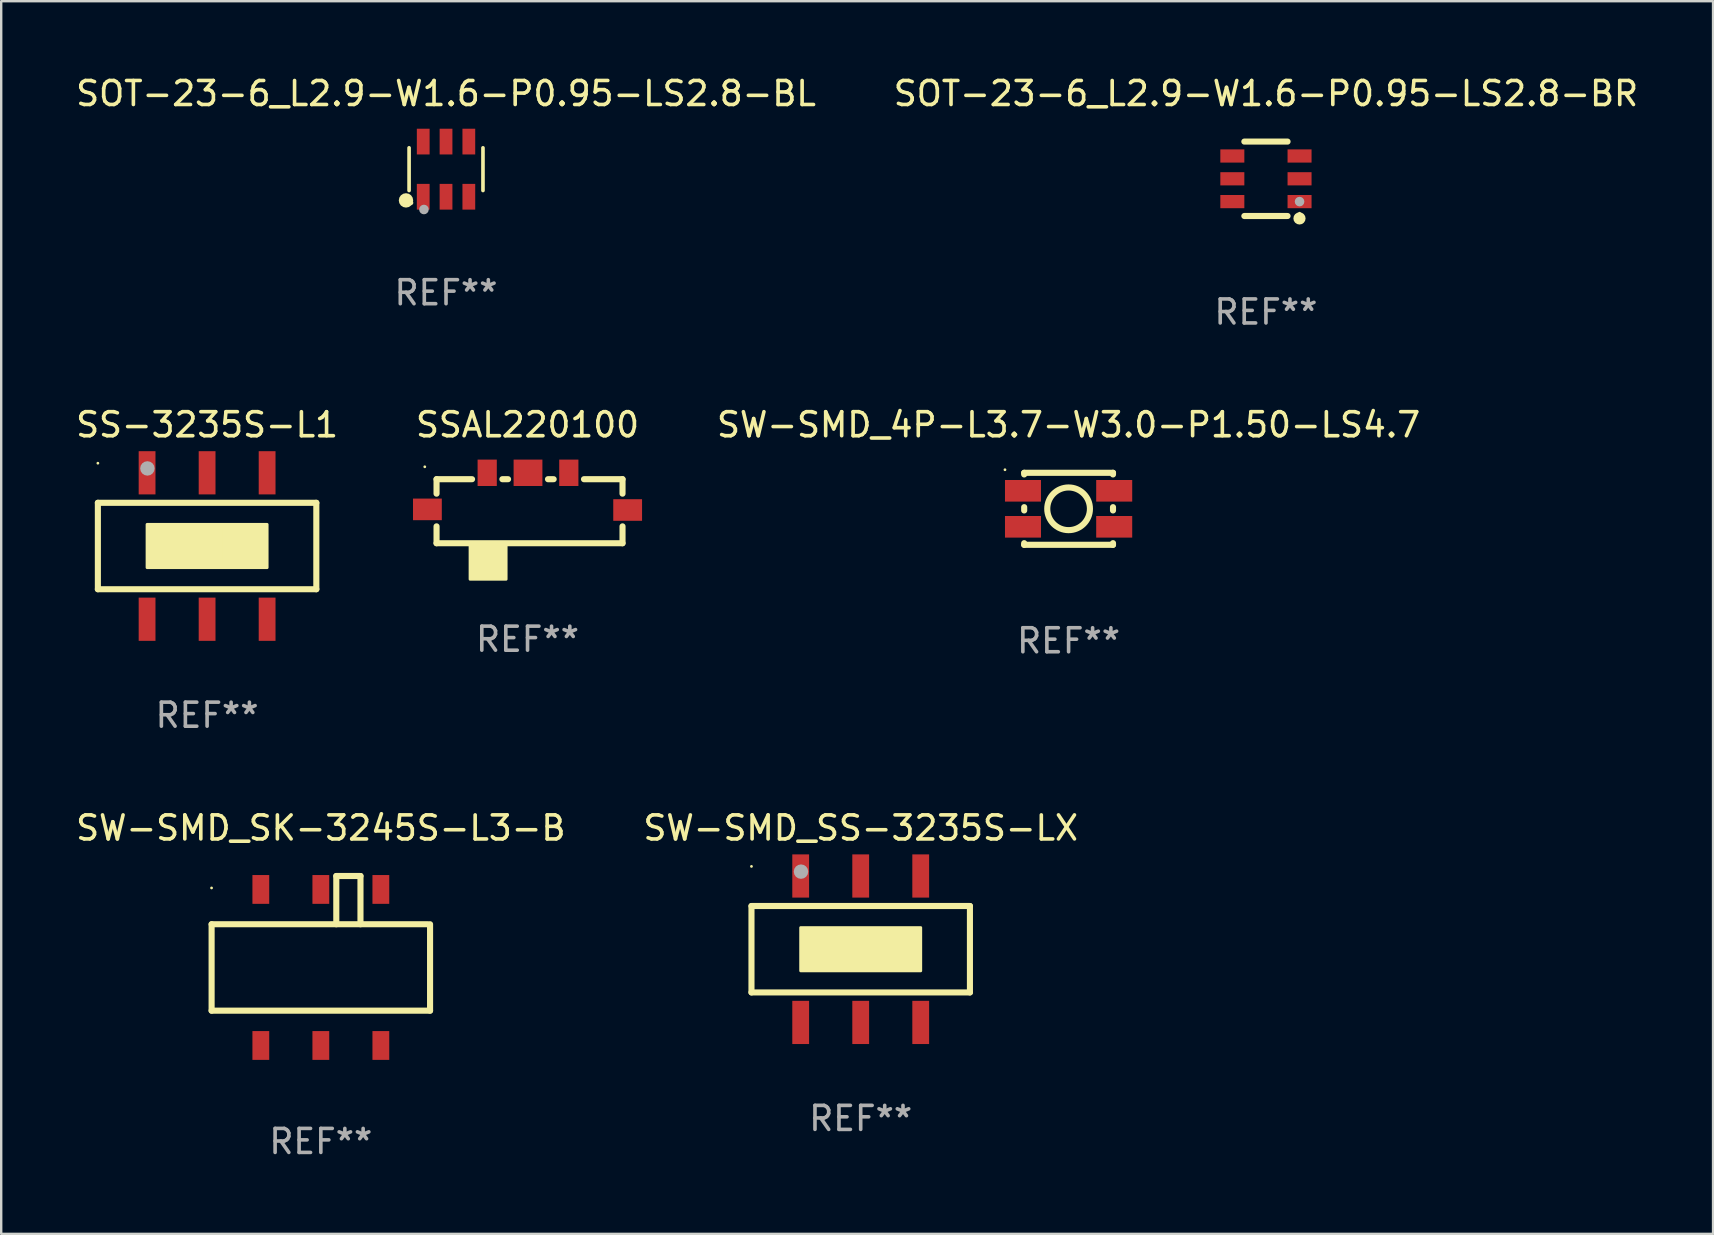
<source format=kicad_pcb>
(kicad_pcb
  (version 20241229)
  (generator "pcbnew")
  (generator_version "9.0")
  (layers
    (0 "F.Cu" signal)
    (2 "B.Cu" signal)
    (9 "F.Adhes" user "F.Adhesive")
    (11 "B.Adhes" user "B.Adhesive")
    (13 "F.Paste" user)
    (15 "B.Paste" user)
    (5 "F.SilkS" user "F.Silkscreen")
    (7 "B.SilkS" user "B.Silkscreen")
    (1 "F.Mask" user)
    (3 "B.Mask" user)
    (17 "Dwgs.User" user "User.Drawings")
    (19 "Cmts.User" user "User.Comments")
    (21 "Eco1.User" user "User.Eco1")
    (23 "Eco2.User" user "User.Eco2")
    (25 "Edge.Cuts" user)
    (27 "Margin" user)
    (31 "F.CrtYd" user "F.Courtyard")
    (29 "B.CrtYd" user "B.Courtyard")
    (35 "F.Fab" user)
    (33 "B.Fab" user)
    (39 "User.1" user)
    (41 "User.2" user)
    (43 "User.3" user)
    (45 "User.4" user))
  (footprint "SOT-23-6_L2.9-W1.6-P0.95-LS2.8-BL"
    (layer "F.Cu")
    (at 15.53 3.997)
    (property "Reference" "SOT-23-6_L2.9-W1.6-P0.95-LS2.8-BL" (at 0 -3.149 0) (layer "F.SilkS") (effects (font (size 1 1) (thickness 0.15))))
    (attr through_hole)
    (fp_line (start -1.539 0.889) (end -1.539 -0.889) (stroke (width 0.152) (type solid)) (layer "F.SilkS"))
    (fp_line (start 1.539 0.889) (end 1.539 -0.889) (stroke (width 0.152) (type solid)) (layer "F.SilkS"))
    (fp_circle (center -1.668 1.301) (end -1.518 1.301) (stroke (width 0.3) (type solid)) (fill no) (layer "F.SilkS"))
    (fp_circle (center -1.463 1.4) (end -1.413 1.4) (stroke (width 0.1) (type solid)) (fill no) (layer "F.SilkS"))
    (fp_circle (center -0.92 1.68) (end -0.82 1.68) (stroke (width 0.2) (type solid)) (fill no) (layer "F.Fab"))
    (fp_text user "REF**" (at 0 5.149 0) (layer "F.Fab") (effects (font (size 1 1) (thickness 0.15))))
    (pad "1" smd rect (at -0.95 1.149) (size 0.532 1.072) (layers "F.Cu" "F.Mask" "F.Paste"))
    (pad "2" smd rect (at 0 1.149) (size 0.532 1.072) (layers "F.Cu" "F.Mask" "F.Paste"))
    (pad "3" smd rect (at 0.95 1.149) (size 0.532 1.072) (layers "F.Cu" "F.Mask" "F.Paste"))
    (pad "4" smd rect (at 0.95 -1.149) (size 0.532 1.072) (layers "F.Cu" "F.Mask" "F.Paste"))
    (pad "5" smd rect (at 0 -1.149) (size 0.532 1.072) (layers "F.Cu" "F.Mask" "F.Paste"))
    (pad "6" smd rect (at -0.95 -1.149) (size 0.532 1.072) (layers "F.Cu" "F.Mask" "F.Paste")))
  (footprint "SW-SMD_4P-L3.7-W3.0-P1.50-LS4.7"
    (layer "F.Cu")
    (at 41.464 18.145)
    (property "Reference" "SW-SMD_4P-L3.7-W3.0-P1.50-LS4.7" (at 0 -3.5 0) (layer "F.SilkS") (effects (font (size 1 1) (thickness 0.15))))
    (attr through_hole)
    (fp_line (start -1.85 -1.5) (end -1.85 -1.431) (stroke (width 0.254) (type solid)) (layer "F.SilkS"))
    (fp_line (start -1.85 -1.5) (end 1.85 -1.5) (stroke (width 0.254) (type solid)) (layer "F.SilkS"))
    (fp_line (start -1.85 -0.069) (end -1.85 0.069) (stroke (width 0.254) (type solid)) (layer "F.SilkS"))
    (fp_line (start -1.85 1.431) (end -1.85 1.5) (stroke (width 0.254) (type solid)) (layer "F.SilkS"))
    (fp_line (start -1.85 1.5) (end 1.85 1.5) (stroke (width 0.254) (type solid)) (layer "F.SilkS"))
    (fp_line (start 1.85 -1.5) (end 1.85 -1.431) (stroke (width 0.254) (type solid)) (layer "F.SilkS"))
    (fp_line (start 1.85 -0.069) (end 1.85 0.069) (stroke (width 0.254) (type solid)) (layer "F.SilkS"))
    (fp_line (start 1.85 1.431) (end 1.85 1.5) (stroke (width 0.254) (type solid)) (layer "F.SilkS"))
    (fp_circle (center -2.65 -1.627) (end -2.62 -1.627) (stroke (width 0.06) (type solid)) (fill no) (layer "F.SilkS"))
    (fp_circle (center 0 0) (end 0.889 0) (stroke (width 0.254) (type solid)) (fill no) (layer "F.SilkS"))
    (fp_text user "REF**" (at 0 5.5 0) (layer "F.Fab") (effects (font (size 1 1) (thickness 0.15))))
    (pad "1" smd rect (at -1.9 -0.75) (size 1.5 0.9) (layers "F.Cu" "F.Mask" "F.Paste"))
    (pad "1" smd rect (at 1.9 -0.75) (size 1.5 0.9) (layers "F.Cu" "F.Mask" "F.Paste"))
    (pad "2" smd rect (at -1.9 0.75) (size 1.5 0.9) (layers "F.Cu" "F.Mask" "F.Paste"))
    (pad "2" smd rect (at 1.9 0.75) (size 1.5 0.9) (layers "F.Cu" "F.Mask" "F.Paste")))
  (footprint "SW-SMD_SS-3235S-LX"
    (layer "F.Cu")
    (at 32.804 36.491)
    (property "Reference" "SW-SMD_SS-3235S-LX" (at 0 -5.05 0) (layer "F.SilkS") (effects (font (size 1 1) (thickness 0.15))))
    (attr through_hole)
    (fp_line (start -4.55 -1.8) (end -4.55 1.8) (stroke (width 0.254) (type solid)) (layer "F.SilkS"))
    (fp_line (start -4.55 -1.8) (end 4.55 -1.8) (stroke (width 0.254) (type solid)) (layer "F.SilkS"))
    (fp_line (start -4.55 1.8) (end 4.55 1.8) (stroke (width 0.254) (type solid)) (layer "F.SilkS"))
    (fp_line (start 4.55 -1.8) (end 4.55 1.8) (stroke (width 0.254) (type solid)) (layer "F.SilkS"))
    (fp_circle (center -4.55 -3.45) (end -4.52 -3.45) (stroke (width 0.06) (type solid)) (fill no) (layer "F.SilkS"))
    (fp_poly (pts (xy -2.5 -0.9) (xy 2.5 -0.9) (xy 2.5 0.9) (xy -2.5 0.9)) (stroke (width 0.12) (type solid)) (fill yes) (layer "F.SilkS"))
    (fp_poly (pts (xy 0.7 -0.8) (xy 2.1 -0.8) (xy 2.1 0.7) (xy 0.7 0.7)) (stroke (width 0.12) (type solid)) (fill yes) (layer "F.SilkS"))
    (fp_circle (center -2.487 -3.232) (end -2.336 -3.232) (stroke (width 0.3) (type solid)) (fill no) (layer "F.Fab"))
    (fp_text user "REF**" (at 0 7.05 0) (layer "F.Fab") (effects (font (size 1 1) (thickness 0.15))))
    (pad "1" smd rect (at -2.5 -3.05) (size 0.7 1.8) (layers "F.Cu" "F.Mask" "F.Paste"))
    (pad "2" smd rect (at 0.000076 -3.05) (size 0.7 1.8) (layers "F.Cu" "F.Mask" "F.Paste"))
    (pad "3" smd rect (at 2.5 -3.05) (size 0.7 1.8) (layers "F.Cu" "F.Mask" "F.Paste"))
    (pad "4" smd rect (at -2.5 3.05) (size 0.7 1.8) (layers "F.Cu" "F.Mask" "F.Paste"))
    (pad "5" smd rect (at 0.000076 3.05) (size 0.7 1.8) (layers "F.Cu" "F.Mask" "F.Paste"))
    (pad "6" smd rect (at 2.5 3.05) (size 0.7 1.8) (layers "F.Cu" "F.Mask" "F.Paste")))
  (footprint "SW-SMD_SK-3245S-L3-B"
    (layer "F.Cu")
    (at 10.315 36.971)
    (property "Reference" "SW-SMD_SK-3245S-L3-B" (at 0 -5.53 0) (layer "F.SilkS") (effects (font (size 1 1) (thickness 0.15))))
    (attr through_hole)
    (fp_line (start -4.55 -1.52) (end -4.55 2.08) (stroke (width 0.254) (type solid)) (layer "F.SilkS"))
    (fp_line (start -4.55 -1.52) (end 4.445 -1.52) (stroke (width 0.254) (type solid)) (layer "F.SilkS"))
    (fp_line (start -4.55 2.08) (end 4.55 2.08) (stroke (width 0.254) (type solid)) (layer "F.SilkS"))
    (fp_line (start 0.644 -3.53) (end 1.651 -3.53) (stroke (width 0.254) (type solid)) (layer "F.SilkS"))
    (fp_line (start 0.644 -1.52) (end 0.644 -3.53) (stroke (width 0.254) (type solid)) (layer "F.SilkS"))
    (fp_line (start 1.651 -3.53) (end 1.651 -1.52) (stroke (width 0.254) (type solid)) (layer "F.SilkS"))
    (fp_line (start 4.55 -1.52) (end 4.55 2.08) (stroke (width 0.254) (type solid)) (layer "F.SilkS"))
    (fp_circle (center -4.552 -3.032) (end -4.522 -3.032) (stroke (width 0.06) (type solid)) (fill no) (layer "F.SilkS"))
    (fp_text user "REF**" (at 0 7.53 0) (layer "F.Fab") (effects (font (size 1 1) (thickness 0.15))))
    (pad "1" smd rect (at -2.5 -2.97 180) (size 0.7 1.2) (layers "F.Cu" "F.Mask" "F.Paste"))
    (pad "2" smd rect (at 0 -2.97 180) (size 0.7 1.2) (layers "F.Cu" "F.Mask" "F.Paste"))
    (pad "3" smd rect (at 2.5 -2.97 180) (size 0.7 1.2) (layers "F.Cu" "F.Mask" "F.Paste"))
    (pad "4" smd rect (at -2.5 3.53 180) (size 0.7 1.2) (layers "F.Cu" "F.Mask" "F.Paste"))
    (pad "5" smd rect (at 0 3.53 180) (size 0.7 1.2) (layers "F.Cu" "F.Mask" "F.Paste"))
    (pad "6" smd rect (at 2.5 3.53 180) (size 0.7 1.2) (layers "F.Cu" "F.Mask" "F.Paste")))
  (footprint "SOT-23-6_L2.9-W1.6-P0.95-LS2.8-BR"
    (layer "F.Cu")
    (at 49.685 4.398)
    (property "Reference" "SOT-23-6_L2.9-W1.6-P0.95-LS2.8-BR" (at 0 -3.55 0) (layer "F.SilkS") (effects (font (size 1 1) (thickness 0.15))))
    (attr through_hole)
    (fp_line (start -0.9 -1.55) (end 0.9 -1.55) (stroke (width 0.254) (type solid)) (layer "F.SilkS"))
    (fp_line (start -0.9 1.55) (end 0.9 1.55) (stroke (width 0.254) (type solid)) (layer "F.SilkS"))
    (fp_circle (center 1.397 1.651) (end 1.524 1.651) (stroke (width 0.254) (type solid)) (fill no) (layer "F.SilkS"))
    (fp_circle (center 1.4 1.435) (end 1.43 1.435) (stroke (width 0.06) (type solid)) (fill no) (layer "F.SilkS"))
    (fp_circle (center 1.4 0.95) (end 1.5 0.95) (stroke (width 0.2) (type solid)) (fill no) (layer "F.Fab"))
    (fp_text user "REF**" (at 0 5.55 0) (layer "F.Fab") (effects (font (size 1 1) (thickness 0.15))))
    (pad "1" smd rect (at 1.4 0.95) (size 1 0.55) (layers "F.Cu" "F.Mask" "F.Paste"))
    (pad "2" smd rect (at 1.4 -0.000102) (size 1 0.55) (layers "F.Cu" "F.Mask" "F.Paste"))
    (pad "3" smd rect (at 1.4 -0.95) (size 1 0.55) (layers "F.Cu" "F.Mask" "F.Paste"))
    (pad "4" smd rect (at -1.4 -0.95) (size 1 0.55) (layers "F.Cu" "F.Mask" "F.Paste"))
    (pad "5" smd rect (at -1.4 -0.000102) (size 1 0.55) (layers "F.Cu" "F.Mask" "F.Paste"))
    (pad "6" smd rect (at -1.4 0.95) (size 1 0.55) (layers "F.Cu" "F.Mask" "F.Paste")))
  (footprint "SSAL220100"
    (layer "F.Cu")
    (at 18.925 18.112)
    (property "Reference" "SSAL220100" (at 0 -3.467 0) (layer "F.SilkS") (effects (font (size 1 1) (thickness 0.15))))
    (attr through_hole)
    (fp_line (start -3.79 -1.2) (end -3.79 -0.598) (stroke (width 0.254) (type solid)) (layer "F.SilkS"))
    (fp_line (start -3.79 0.764) (end -3.79 1.467) (stroke (width 0.254) (type solid)) (layer "F.SilkS"))
    (fp_line (start -3.79 1.467) (end 3.957 1.467) (stroke (width 0.254) (type solid)) (layer "F.SilkS"))
    (fp_line (start -2.311 -1.2) (end -3.79 -1.2) (stroke (width 0.254) (type solid)) (layer "F.SilkS"))
    (fp_line (start -0.811 -1.2) (end -1.048 -1.2) (stroke (width 0.254) (type solid)) (layer "F.SilkS"))
    (fp_line (start 1.089 -1.2) (end 0.852 -1.2) (stroke (width 0.254) (type solid)) (layer "F.SilkS"))
    (fp_line (start 3.957 -1.2) (end 2.352 -1.2) (stroke (width 0.254) (type solid)) (layer "F.SilkS"))
    (fp_line (start 3.957 -0.598) (end 3.957 -1.2) (stroke (width 0.254) (type solid)) (layer "F.SilkS"))
    (fp_line (start 3.957 1.467) (end 3.957 0.764) (stroke (width 0.254) (type solid)) (layer "F.SilkS"))
    (fp_circle (center -4.28 -1.717) (end -4.25 -1.717) (stroke (width 0.06) (type solid)) (fill no) (layer "F.SilkS"))
    (fp_poly (pts (xy -2.393 1.467) (xy -0.892 1.467) (xy -0.892 2.967) (xy -2.393 2.967)) (stroke (width 0.12) (type solid)) (fill yes) (layer "F.SilkS"))
    (fp_text user "REF**" (at 0 5.467 0) (layer "F.Fab") (effects (font (size 1 1) (thickness 0.15))))
    (pad "0" smd rect (at -4.171 0.057) (size 1.2 0.9) (layers "F.Cu" "F.Mask" "F.Paste"))
    (pad "0" smd rect (at 4.171 0.083) (size 1.2 0.9) (layers "F.Cu" "F.Mask" "F.Paste"))
    (pad "1" smd rect (at -1.68 -1.467) (size 0.8 1.1) (layers "F.Cu" "F.Mask" "F.Paste"))
    (pad "2" smd rect (at 0.02 -1.467) (size 1.2 1.1) (layers "F.Cu" "F.Mask" "F.Paste"))
    (pad "3" smd rect (at 1.72 -1.467) (size 0.8 1.1) (layers "F.Cu" "F.Mask" "F.Paste")))
  (footprint "SS-3235S-L1"
    (layer "F.Cu")
    (at 5.577 19.695)
    (property "Reference" "SS-3235S-L1" (at 0 -5.05 0) (layer "F.SilkS") (effects (font (size 1 1) (thickness 0.15))))
    (attr through_hole)
    (fp_line (start -4.55 -1.8) (end -4.55 1.8) (stroke (width 0.254) (type solid)) (layer "F.SilkS"))
    (fp_line (start -4.55 -1.8) (end 4.55 -1.8) (stroke (width 0.254) (type solid)) (layer "F.SilkS"))
    (fp_line (start -4.55 1.8) (end 4.55 1.8) (stroke (width 0.254) (type solid)) (layer "F.SilkS"))
    (fp_line (start 4.55 -1.8) (end 4.55 1.8) (stroke (width 0.254) (type solid)) (layer "F.SilkS"))
    (fp_circle (center -4.55 -3.45) (end -4.52 -3.45) (stroke (width 0.06) (type solid)) (fill no) (layer "F.SilkS"))
    (fp_poly (pts (xy -2.5 -0.9) (xy 2.5 -0.9) (xy 2.5 0.9) (xy -2.5 0.9)) (stroke (width 0.12) (type solid)) (fill yes) (layer "F.SilkS"))
    (fp_poly (pts (xy 0.7 -0.8) (xy 2.1 -0.8) (xy 2.1 0.7) (xy 0.7 0.7)) (stroke (width 0.12) (type solid)) (fill yes) (layer "F.SilkS"))
    (fp_circle (center -2.487 -3.232) (end -2.336 -3.232) (stroke (width 0.3) (type solid)) (fill no) (layer "F.Fab"))
    (fp_text user "REF**" (at 0 7.05 0) (layer "F.Fab") (effects (font (size 1 1) (thickness 0.15))))
    (pad "1" smd rect (at -2.5 -3.05) (size 0.7 1.8) (layers "F.Cu" "F.Mask" "F.Paste"))
    (pad "2" smd rect (at 0.000076 -3.05) (size 0.7 1.8) (layers "F.Cu" "F.Mask" "F.Paste"))
    (pad "3" smd rect (at 2.5 -3.05) (size 0.7 1.8) (layers "F.Cu" "F.Mask" "F.Paste"))
    (pad "4" smd rect (at -2.5 3.05) (size 0.7 1.8) (layers "F.Cu" "F.Mask" "F.Paste"))
    (pad "5" smd rect (at 0.000076 3.05) (size 0.7 1.8) (layers "F.Cu" "F.Mask" "F.Paste"))
    (pad "6" smd rect (at 2.5 3.05) (size 0.7 1.8) (layers "F.Cu" "F.Mask" "F.Paste")))
  (gr_rect
    (start -3 -3)
    (end 68.31 48.35)
    (stroke (width 0.1) (type default))
    (fill no)
    (layer "Edge.Cuts")))
</source>
